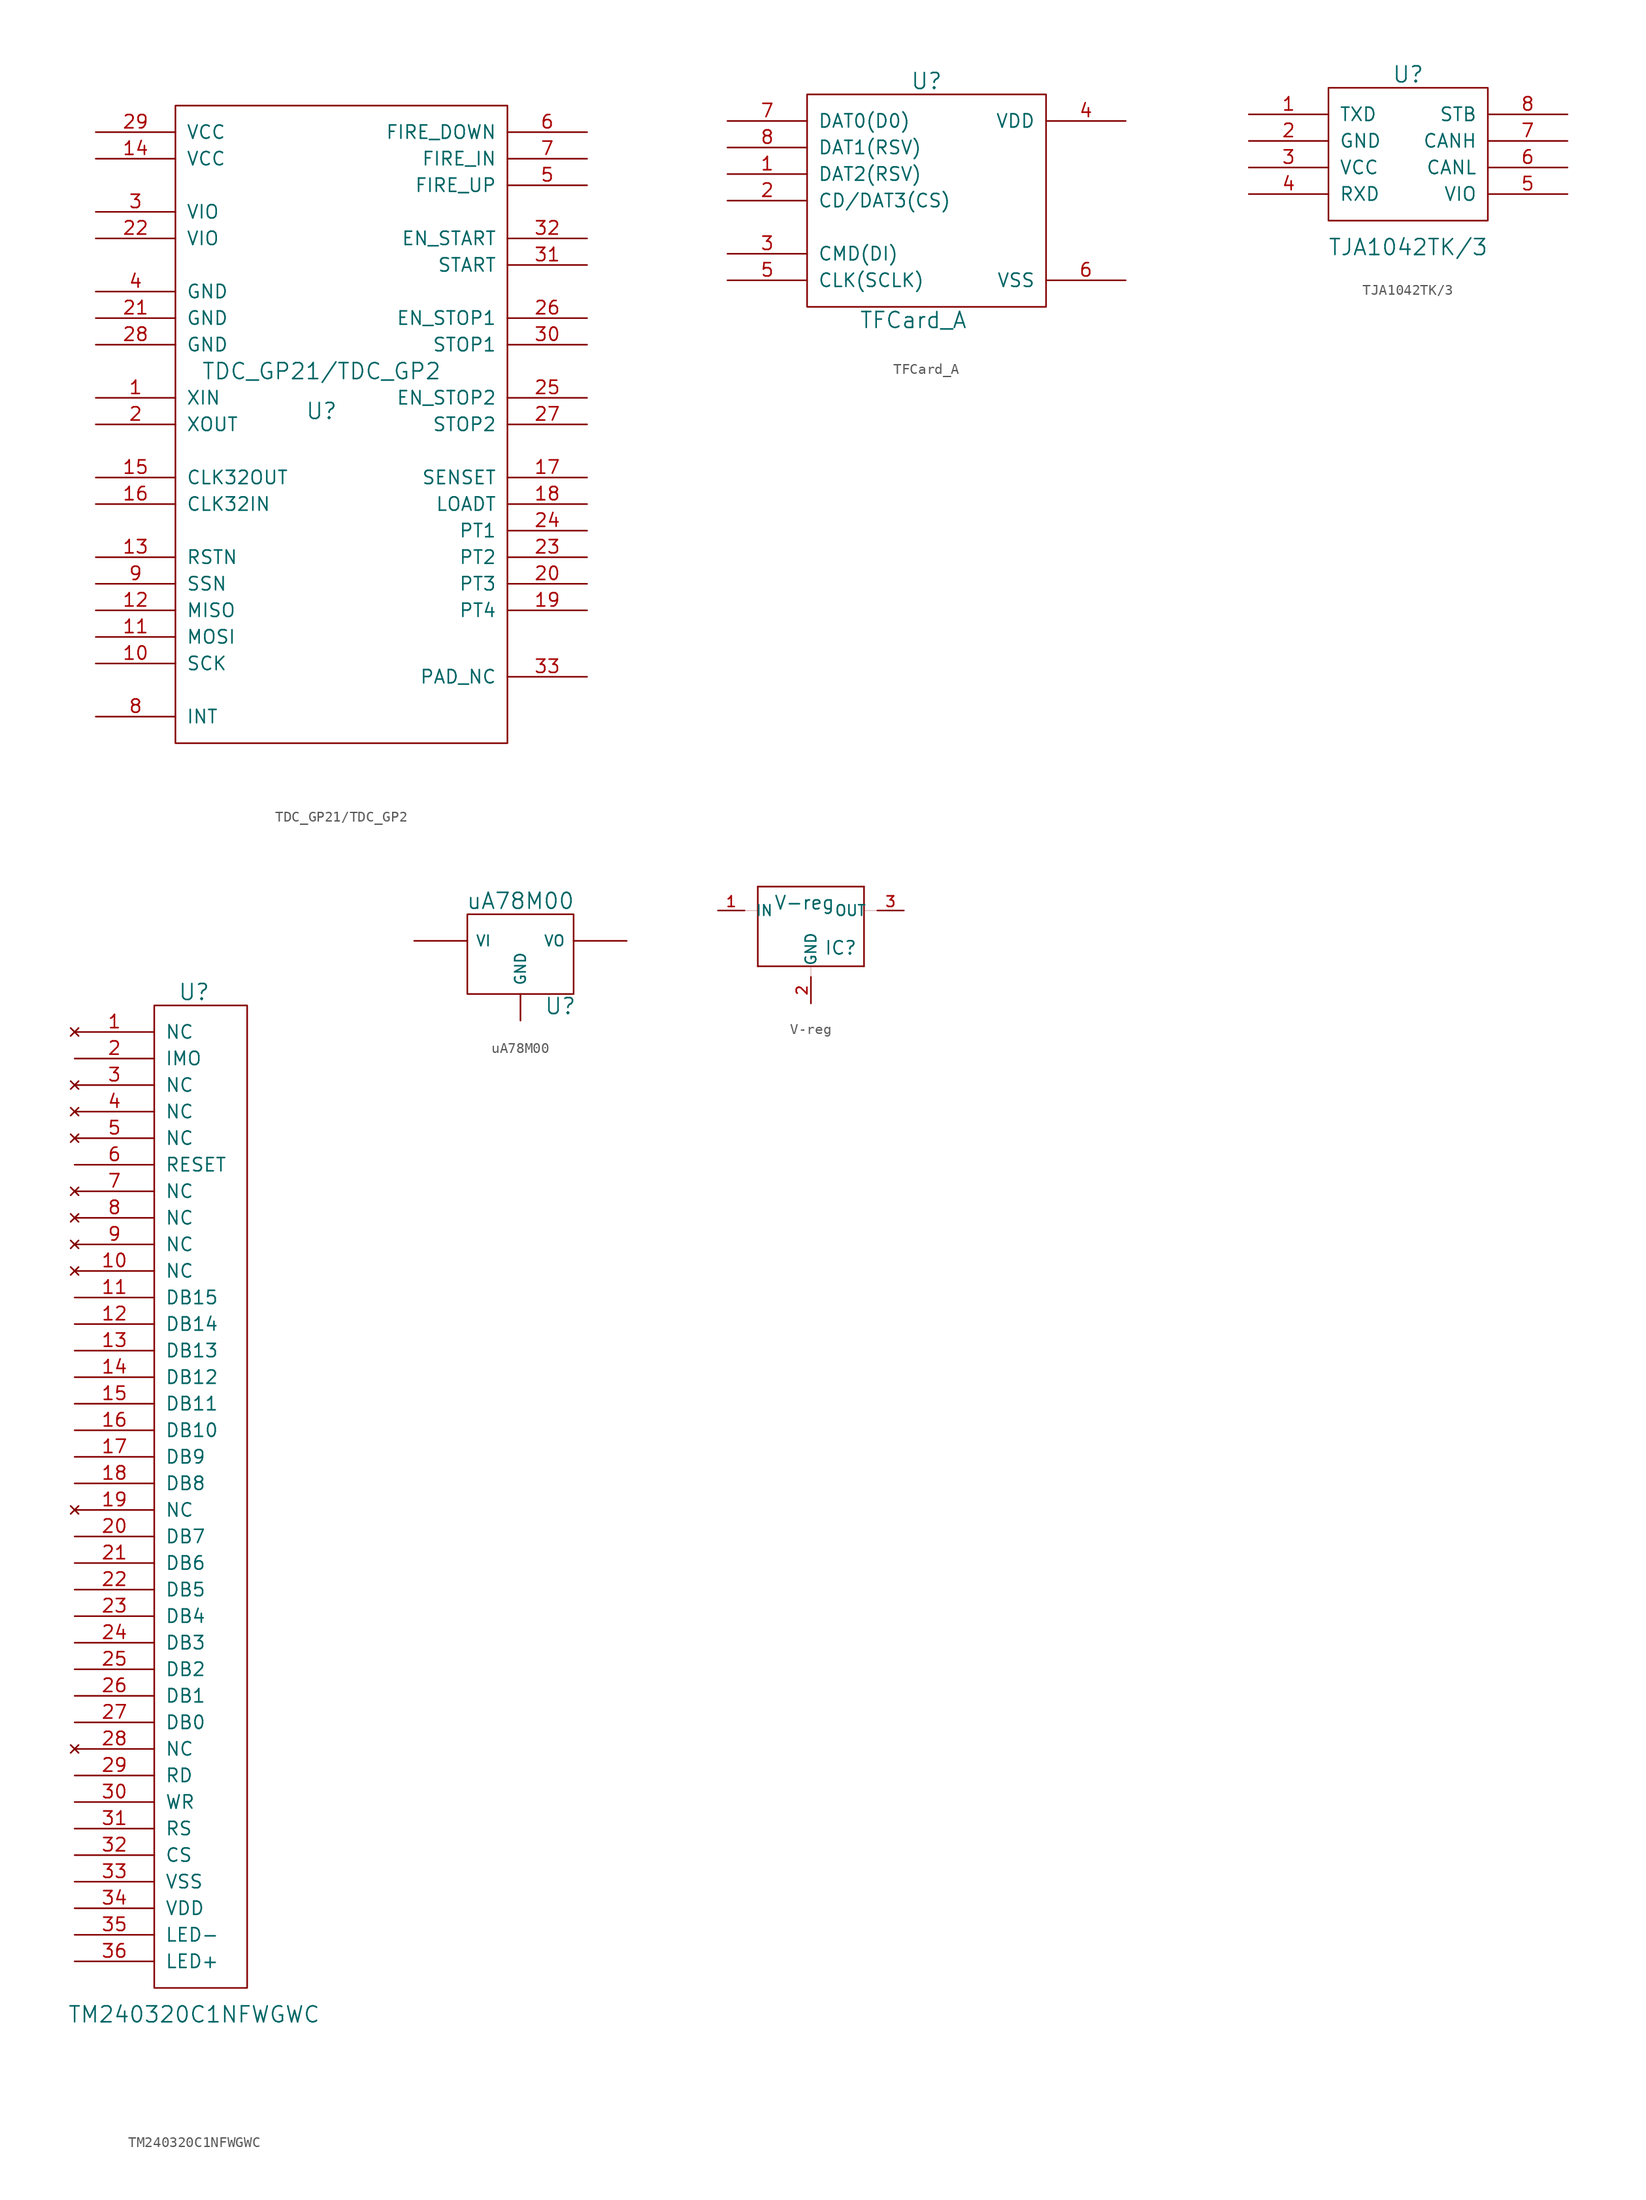
<source format=kicad_sym>
(kicad_symbol_lib
  (version 20220914)
  (generator kicad_symbol_editor)
  (symbol "TDC_GP21/TDC_GP2"
    (pin_names
      (offset 1.016))
    (property "Reference" "U"
      (at 0 -3.81 0)
      (effects (font (size 1.524 1.524))))
    (property "Value" "TDC_GP21/TDC_GP2"
      (at 0 0 0)
      (effects (font (size 1.524 1.524))))
    (property "Footprint" ""
      (at 0 0 0)
      (effects (font (size 1.524 1.524))))
    (property "Datasheet" ""
      (at 0 0 0)
      (effects (font (size 1.524 1.524))))
    (symbol "TDC_GP21/TDC_GP2_0_1"
      (rectangle (start -13.97 -35.56) (end 17.78 25.4) (stroke (width 0) (type solid)) (fill (type none))))
    (symbol "TDC_GP21/TDC_GP2_1_1"
      (pin input line (at -21.59 -2.54 0) (length 7.62) (name "XIN" (effects (font (size 1.27 1.27)))) (number "1" (effects (font (size 1.27 1.27)))))
      (pin input line (at -21.59 -27.94 0) (length 7.62) (name "SCK" (effects (font (size 1.27 1.27)))) (number "10" (effects (font (size 1.27 1.27)))))
      (pin input line (at -21.59 -25.4 0) (length 7.62) (name "MOSI" (effects (font (size 1.27 1.27)))) (number "11" (effects (font (size 1.27 1.27)))))
      (pin input line (at -21.59 -22.86 0) (length 7.62) (name "MISO" (effects (font (size 1.27 1.27)))) (number "12" (effects (font (size 1.27 1.27)))))
      (pin input line (at -21.59 -17.78 0) (length 7.62) (name "RSTN" (effects (font (size 1.27 1.27)))) (number "13" (effects (font (size 1.27 1.27)))))
      (pin input line (at -21.59 20.32 0) (length 7.62) (name "VCC" (effects (font (size 1.27 1.27)))) (number "14" (effects (font (size 1.27 1.27)))))
      (pin input line (at -21.59 -10.16 0) (length 7.62) (name "CLK32OUT" (effects (font (size 1.27 1.27)))) (number "15" (effects (font (size 1.27 1.27)))))
      (pin input line (at -21.59 -12.7 0) (length 7.62) (name "CLK32IN" (effects (font (size 1.27 1.27)))) (number "16" (effects (font (size 1.27 1.27)))))
      (pin input line (at 25.4 -10.16 180) (length 7.62) (name "SENSET" (effects (font (size 1.27 1.27)))) (number "17" (effects (font (size 1.27 1.27)))))
      (pin input line (at 25.4 -12.7 180) (length 7.62) (name "LOADT" (effects (font (size 1.27 1.27)))) (number "18" (effects (font (size 1.27 1.27)))))
      (pin input line (at 25.4 -22.86 180) (length 7.62) (name "PT4" (effects (font (size 1.27 1.27)))) (number "19" (effects (font (size 1.27 1.27)))))
      (pin input line (at -21.59 -5.08 0) (length 7.62) (name "XOUT" (effects (font (size 1.27 1.27)))) (number "2" (effects (font (size 1.27 1.27)))))
      (pin input line (at 25.4 -20.32 180) (length 7.62) (name "PT3" (effects (font (size 1.27 1.27)))) (number "20" (effects (font (size 1.27 1.27)))))
      (pin input line (at -21.59 5.08 0) (length 7.62) (name "GND" (effects (font (size 1.27 1.27)))) (number "21" (effects (font (size 1.27 1.27)))))
      (pin input line (at -21.59 12.7 0) (length 7.62) (name "VIO" (effects (font (size 1.27 1.27)))) (number "22" (effects (font (size 1.27 1.27)))))
      (pin input line (at 25.4 -17.78 180) (length 7.62) (name "PT2" (effects (font (size 1.27 1.27)))) (number "23" (effects (font (size 1.27 1.27)))))
      (pin input line (at 25.4 -15.24 180) (length 7.62) (name "PT1" (effects (font (size 1.27 1.27)))) (number "24" (effects (font (size 1.27 1.27)))))
      (pin input line (at 25.4 -2.54 180) (length 7.62) (name "EN_STOP2" (effects (font (size 1.27 1.27)))) (number "25" (effects (font (size 1.27 1.27)))))
      (pin input line (at 25.4 5.08 180) (length 7.62) (name "EN_STOP1" (effects (font (size 1.27 1.27)))) (number "26" (effects (font (size 1.27 1.27)))))
      (pin input line (at 25.4 -5.08 180) (length 7.62) (name "STOP2" (effects (font (size 1.27 1.27)))) (number "27" (effects (font (size 1.27 1.27)))))
      (pin input line (at -21.59 2.54 0) (length 7.62) (name "GND" (effects (font (size 1.27 1.27)))) (number "28" (effects (font (size 1.27 1.27)))))
      (pin input line (at -21.59 22.86 0) (length 7.62) (name "VCC" (effects (font (size 1.27 1.27)))) (number "29" (effects (font (size 1.27 1.27)))))
      (pin input line (at -21.59 15.24 0) (length 7.62) (name "VIO" (effects (font (size 1.27 1.27)))) (number "3" (effects (font (size 1.27 1.27)))))
      (pin input line (at 25.4 2.54 180) (length 7.62) (name "STOP1" (effects (font (size 1.27 1.27)))) (number "30" (effects (font (size 1.27 1.27)))))
      (pin input line (at 25.4 10.16 180) (length 7.62) (name "START" (effects (font (size 1.27 1.27)))) (number "31" (effects (font (size 1.27 1.27)))))
      (pin input line (at 25.4 12.7 180) (length 7.62) (name "EN_START" (effects (font (size 1.27 1.27)))) (number "32" (effects (font (size 1.27 1.27)))))
      (pin input line (at 25.4 -29.21 180) (length 7.62) (name "PAD_NC" (effects (font (size 1.27 1.27)))) (number "33" (effects (font (size 1.27 1.27)))))
      (pin input line (at -21.59 7.62 0) (length 7.62) (name "GND" (effects (font (size 1.27 1.27)))) (number "4" (effects (font (size 1.27 1.27)))))
      (pin input line (at 25.4 17.78 180) (length 7.62) (name "FIRE_UP" (effects (font (size 1.27 1.27)))) (number "5" (effects (font (size 1.27 1.27)))))
      (pin input line (at 25.4 22.86 180) (length 7.62) (name "FIRE_DOWN" (effects (font (size 1.27 1.27)))) (number "6" (effects (font (size 1.27 1.27)))))
      (pin input line (at 25.4 20.32 180) (length 7.62) (name "FIRE_IN" (effects (font (size 1.27 1.27)))) (number "7" (effects (font (size 1.27 1.27)))))
      (pin input line (at -21.59 -33.02 0) (length 7.62) (name "INT" (effects (font (size 1.27 1.27)))) (number "8" (effects (font (size 1.27 1.27)))))
      (pin input line (at -21.59 -20.32 0) (length 7.62) (name "SSN" (effects (font (size 1.27 1.27)))) (number "9" (effects (font (size 1.27 1.27)))))))
  (symbol "TFCard_A"
    (pin_names
      (offset 1.016))
    (property "Reference" "U"
      (at 0 11.43 0)
      (effects (font (size 1.524 1.524))))
    (property "Value" "TFCard_A"
      (at -1.27 -11.43 0)
      (effects (font (size 1.524 1.524))))
    (property "Footprint" ""
      (at 0 0 0)
      (effects (font (size 1.524 1.524))))
    (property "Datasheet" ""
      (at 0 0 0)
      (effects (font (size 1.524 1.524))))
    (symbol "TFCard_A_0_1"
      (rectangle (start -11.43 10.16) (end 11.43 -10.16) (stroke (width 0) (type solid)) (fill (type none))))
    (symbol "TFCard_A_1_1"
      (pin bidirectional line (at -19.05 2.54 0) (length 7.62) (name "DAT2(RSV)" (effects (font (size 1.27 1.27)))) (number "1" (effects (font (size 1.27 1.27)))))
      (pin bidirectional line (at -19.05 0 0) (length 7.62) (name "CD/DAT3(CS)" (effects (font (size 1.27 1.27)))) (number "2" (effects (font (size 1.27 1.27)))))
      (pin input line (at -19.05 -5.08 0) (length 7.62) (name "CMD(DI)" (effects (font (size 1.27 1.27)))) (number "3" (effects (font (size 1.27 1.27)))))
      (pin input line (at 19.05 7.62 180) (length 7.62) (name "VDD" (effects (font (size 1.27 1.27)))) (number "4" (effects (font (size 1.27 1.27)))))
      (pin input line (at -19.05 -7.62 0) (length 7.62) (name "CLK(SCLK)" (effects (font (size 1.27 1.27)))) (number "5" (effects (font (size 1.27 1.27)))))
      (pin input line (at 19.05 -7.62 180) (length 7.62) (name "VSS" (effects (font (size 1.27 1.27)))) (number "6" (effects (font (size 1.27 1.27)))))
      (pin bidirectional line (at -19.05 7.62 0) (length 7.62) (name "DAT0(D0)" (effects (font (size 1.27 1.27)))) (number "7" (effects (font (size 1.27 1.27)))))
      (pin bidirectional line (at -19.05 5.08 0) (length 7.62) (name "DAT1(RSV)" (effects (font (size 1.27 1.27)))) (number "8" (effects (font (size 1.27 1.27)))))))
  (symbol "TJA1042TK/3"
    (pin_names
      (offset 1.016))
    (property "Reference" "U"
      (at 0 7.62 0)
      (effects (font (size 1.524 1.524))))
    (property "Value" "TJA1042TK/3"
      (at 0 -8.89 0)
      (effects (font (size 1.524 1.524))))
    (property "Footprint" ""
      (at 0 0 0)
      (effects (font (size 1.524 1.524))))
    (property "Datasheet" ""
      (at 0 0 0)
      (effects (font (size 1.524 1.524))))
    (symbol "TJA1042TK/3_0_1"
      (rectangle (start -7.62 6.35) (end 7.62 -6.35) (stroke (width 0) (type solid)) (fill (type none))))
    (symbol "TJA1042TK/3_1_1"
      (pin input line (at -15.24 3.81 0) (length 7.62) (name "TXD" (effects (font (size 1.27 1.27)))) (number "1" (effects (font (size 1.27 1.27)))))
      (pin power_in line (at -15.24 1.27 0) (length 7.62) (name "GND" (effects (font (size 1.27 1.27)))) (number "2" (effects (font (size 1.27 1.27)))))
      (pin power_in line (at -15.24 -1.27 0) (length 7.62) (name "VCC" (effects (font (size 1.27 1.27)))) (number "3" (effects (font (size 1.27 1.27)))))
      (pin output line (at -15.24 -3.81 0) (length 7.62) (name "RXD" (effects (font (size 1.27 1.27)))) (number "4" (effects (font (size 1.27 1.27)))))
      (pin input line (at 15.24 -3.81 180) (length 7.62) (name "VIO" (effects (font (size 1.27 1.27)))) (number "5" (effects (font (size 1.27 1.27)))))
      (pin bidirectional line (at 15.24 -1.27 180) (length 7.62) (name "CANL" (effects (font (size 1.27 1.27)))) (number "6" (effects (font (size 1.27 1.27)))))
      (pin bidirectional line (at 15.24 1.27 180) (length 7.62) (name "CANH" (effects (font (size 1.27 1.27)))) (number "7" (effects (font (size 1.27 1.27)))))
      (pin input line (at 15.24 3.81 180) (length 7.62) (name "STB" (effects (font (size 1.27 1.27)))) (number "8" (effects (font (size 1.27 1.27)))))))
  (symbol "TM240320C1NFWGWC"
    (pin_names
      (offset 1.016))
    (property "Reference" "U"
      (at 3.81 48.26 0)
      (effects (font (size 1.524 1.524))))
    (property "Value" "TM240320C1NFWGWC"
      (at 3.81 -49.53 0)
      (effects (font (size 1.524 1.524))))
    (property "Footprint" ""
      (at 0 0 0)
      (effects (font (size 1.524 1.524))))
    (property "Datasheet" ""
      (at 0 0 0)
      (effects (font (size 1.524 1.524))))
    (symbol "TM240320C1NFWGWC_0_1"
      (rectangle (start 0 46.99) (end 8.89 -46.99) (stroke (width 0) (type solid)) (fill (type none))))
    (symbol "TM240320C1NFWGWC_1_1"
      (pin no_connect line (at -7.62 44.45 0) (length 7.62) (name "NC" (effects (font (size 1.27 1.27)))) (number "1" (effects (font (size 1.27 1.27)))))
      (pin no_connect line (at -7.62 21.59 0) (length 7.62) (name "NC" (effects (font (size 1.27 1.27)))) (number "10" (effects (font (size 1.27 1.27)))))
      (pin bidirectional line (at -7.62 19.05 0) (length 7.62) (name "DB15" (effects (font (size 1.27 1.27)))) (number "11" (effects (font (size 1.27 1.27)))))
      (pin bidirectional line (at -7.62 16.51 0) (length 7.62) (name "DB14" (effects (font (size 1.27 1.27)))) (number "12" (effects (font (size 1.27 1.27)))))
      (pin bidirectional line (at -7.62 13.97 0) (length 7.62) (name "DB13" (effects (font (size 1.27 1.27)))) (number "13" (effects (font (size 1.27 1.27)))))
      (pin bidirectional line (at -7.62 11.43 0) (length 7.62) (name "DB12" (effects (font (size 1.27 1.27)))) (number "14" (effects (font (size 1.27 1.27)))))
      (pin bidirectional line (at -7.62 8.89 0) (length 7.62) (name "DB11" (effects (font (size 1.27 1.27)))) (number "15" (effects (font (size 1.27 1.27)))))
      (pin bidirectional line (at -7.62 6.35 0) (length 7.62) (name "DB10" (effects (font (size 1.27 1.27)))) (number "16" (effects (font (size 1.27 1.27)))))
      (pin bidirectional line (at -7.62 3.81 0) (length 7.62) (name "DB9" (effects (font (size 1.27 1.27)))) (number "17" (effects (font (size 1.27 1.27)))))
      (pin bidirectional line (at -7.62 1.27 0) (length 7.62) (name "DB8" (effects (font (size 1.27 1.27)))) (number "18" (effects (font (size 1.27 1.27)))))
      (pin no_connect line (at -7.62 -1.27 0) (length 7.62) (name "NC" (effects (font (size 1.27 1.27)))) (number "19" (effects (font (size 1.27 1.27)))))
      (pin input line (at -7.62 41.91 0) (length 7.62) (name "IMO" (effects (font (size 1.27 1.27)))) (number "2" (effects (font (size 1.27 1.27)))))
      (pin bidirectional line (at -7.62 -3.81 0) (length 7.62) (name "DB7" (effects (font (size 1.27 1.27)))) (number "20" (effects (font (size 1.27 1.27)))))
      (pin bidirectional line (at -7.62 -6.35 0) (length 7.62) (name "DB6" (effects (font (size 1.27 1.27)))) (number "21" (effects (font (size 1.27 1.27)))))
      (pin bidirectional line (at -7.62 -8.89 0) (length 7.62) (name "DB5" (effects (font (size 1.27 1.27)))) (number "22" (effects (font (size 1.27 1.27)))))
      (pin bidirectional line (at -7.62 -11.43 0) (length 7.62) (name "DB4" (effects (font (size 1.27 1.27)))) (number "23" (effects (font (size 1.27 1.27)))))
      (pin bidirectional line (at -7.62 -13.97 0) (length 7.62) (name "DB3" (effects (font (size 1.27 1.27)))) (number "24" (effects (font (size 1.27 1.27)))))
      (pin bidirectional line (at -7.62 -16.51 0) (length 7.62) (name "DB2" (effects (font (size 1.27 1.27)))) (number "25" (effects (font (size 1.27 1.27)))))
      (pin bidirectional line (at -7.62 -19.05 0) (length 7.62) (name "DB1" (effects (font (size 1.27 1.27)))) (number "26" (effects (font (size 1.27 1.27)))))
      (pin bidirectional line (at -7.62 -21.59 0) (length 7.62) (name "DB0" (effects (font (size 1.27 1.27)))) (number "27" (effects (font (size 1.27 1.27)))))
      (pin no_connect line (at -7.62 -24.13 0) (length 7.62) (name "NC" (effects (font (size 1.27 1.27)))) (number "28" (effects (font (size 1.27 1.27)))))
      (pin input line (at -7.62 -26.67 0) (length 7.62) (name "RD" (effects (font (size 1.27 1.27)))) (number "29" (effects (font (size 1.27 1.27)))))
      (pin no_connect line (at -7.62 39.37 0) (length 7.62) (name "NC" (effects (font (size 1.27 1.27)))) (number "3" (effects (font (size 1.27 1.27)))))
      (pin input line (at -7.62 -29.21 0) (length 7.62) (name "WR" (effects (font (size 1.27 1.27)))) (number "30" (effects (font (size 1.27 1.27)))))
      (pin input line (at -7.62 -31.75 0) (length 7.62) (name "RS" (effects (font (size 1.27 1.27)))) (number "31" (effects (font (size 1.27 1.27)))))
      (pin input line (at -7.62 -34.29 0) (length 7.62) (name "CS" (effects (font (size 1.27 1.27)))) (number "32" (effects (font (size 1.27 1.27)))))
      (pin power_in line (at -7.62 -36.83 0) (length 7.62) (name "VSS" (effects (font (size 1.27 1.27)))) (number "33" (effects (font (size 1.27 1.27)))))
      (pin power_in line (at -7.62 -39.37 0) (length 7.62) (name "VDD" (effects (font (size 1.27 1.27)))) (number "34" (effects (font (size 1.27 1.27)))))
      (pin input line (at -7.62 -41.91 0) (length 7.62) (name "LED-" (effects (font (size 1.27 1.27)))) (number "35" (effects (font (size 1.27 1.27)))))
      (pin input line (at -7.62 -44.45 0) (length 7.62) (name "LED+" (effects (font (size 1.27 1.27)))) (number "36" (effects (font (size 1.27 1.27)))))
      (pin no_connect line (at -7.62 36.83 0) (length 7.62) (name "NC" (effects (font (size 1.27 1.27)))) (number "4" (effects (font (size 1.27 1.27)))))
      (pin no_connect line (at -7.62 34.29 0) (length 7.62) (name "NC" (effects (font (size 1.27 1.27)))) (number "5" (effects (font (size 1.27 1.27)))))
      (pin input line (at -7.62 31.75 0) (length 7.62) (name "RESET" (effects (font (size 1.27 1.27)))) (number "6" (effects (font (size 1.27 1.27)))))
      (pin no_connect line (at -7.62 29.21 0) (length 7.62) (name "NC" (effects (font (size 1.27 1.27)))) (number "7" (effects (font (size 1.27 1.27)))))
      (pin no_connect line (at -7.62 26.67 0) (length 7.62) (name "NC" (effects (font (size 1.27 1.27)))) (number "8" (effects (font (size 1.27 1.27)))))
      (pin no_connect line (at -7.62 24.13 0) (length 7.62) (name "NC" (effects (font (size 1.27 1.27)))) (number "9" (effects (font (size 1.27 1.27)))))))
  (symbol "uA78M00"
    (pin_numbers hide)
    (pin_names
      (offset 0.762))
    (property "Reference" "U"
      (at 3.81 -4.978 0)
      (effects (font (size 1.524 1.524))))
    (property "Value" "uA78M00"
      (at 0 5.08 0)
      (effects (font (size 1.524 1.524))))
    (property "Footprint" ""
      (at 0 0 0)
      (effects (font (size 1.524 1.524))))
    (property "Datasheet" ""
      (at 0 0 0)
      (effects (font (size 1.524 1.524))))
    (symbol "uA78M00_0_1"
      (rectangle (start -5.08 -3.81) (end 5.08 3.81) (stroke (width 0) (type solid)) (fill (type none))))
    (symbol "uA78M00_1_1"
      (pin power_out line (at 10.16 1.27 180) (length 5.08) (name "VO" (effects (font (size 1.016 1.016)))) (number "1" (effects (font (size 1.016 1.016)))))
      (pin input line (at 0 -6.35 90) (length 2.54) (name "GND" (effects (font (size 1.016 1.016)))) (number "2" (effects (font (size 1.016 1.016)))))
      (pin input line (at -10.16 1.27 0) (length 5.08) (name "VI" (effects (font (size 1.016 1.016)))) (number "3" (effects (font (size 1.016 1.016)))))))
  (symbol "V-reg"
    (pin_names
      (offset 1.016))
    (property "Reference" "IC"
      (at 2.54 -3.048 0)
      (effects (font (size 1.27 1.27)) (justify left bottom)))
    (property "Value" "V-reg"
      (at -2.286 1.27 0)
      (effects (font (size 1.27 1.27)) (justify left bottom)))
    (property "Datasheet" ""
      (at 0 0 0)
      (effects (font (size 1.524 1.524))))
    (symbol "V-reg_0_1"
      (polyline (pts (xy -3.81 1.27) (xy -4.826 1.27)) (stroke (width 0.025) (type solid)) (fill (type none)))
      (polyline (pts (xy 7.874 1.27) (xy 6.35 1.27)) (stroke (width 0.025) (type solid)) (fill (type none)))
      (polyline (pts (xy -4.826 1.27) (xy -5.08 1.27) (xy -4.826 1.27)) (stroke (width 0.025) (type solid)) (fill (type none)))
      (polyline (pts (xy 1.27 -5.08) (xy 1.27 -4.064) (xy 1.27 -4.064)) (stroke (width 0.025) (type solid)) (fill (type none))))
    (symbol "V-reg_1_0"
      (polyline (pts (xy -3.81 -4.064) (xy 6.35 -4.064)) (stroke (width 0) (type solid)) (fill (type none)))
      (polyline (pts (xy -3.81 3.556) (xy -3.81 -4.064)) (stroke (width 0) (type solid)) (fill (type none)))
      (polyline (pts (xy 6.35 -4.064) (xy 6.35 3.556)) (stroke (width 0) (type solid)) (fill (type none)))
      (polyline (pts (xy 6.35 3.556) (xy -3.81 3.556)) (stroke (width 0) (type solid)) (fill (type none))))
    (symbol "V-reg_1_1"
      (pin input line (at -7.62 1.27 0) (length 2.54) (name "IN" (effects (font (size 1.016 1.016)))) (number "1" (effects (font (size 1.016 1.016)))))
      (pin input line (at 1.27 -7.62 90) (length 2.54) (name "GND" (effects (font (size 1.016 1.016)))) (number "2" (effects (font (size 1.016 1.016)))))
      (pin passive line (at 10.16 1.27 180) (length 2.54) (name "OUT" (effects (font (size 1.016 1.016)))) (number "3" (effects (font (size 1.016 1.016))))))))
</source>
